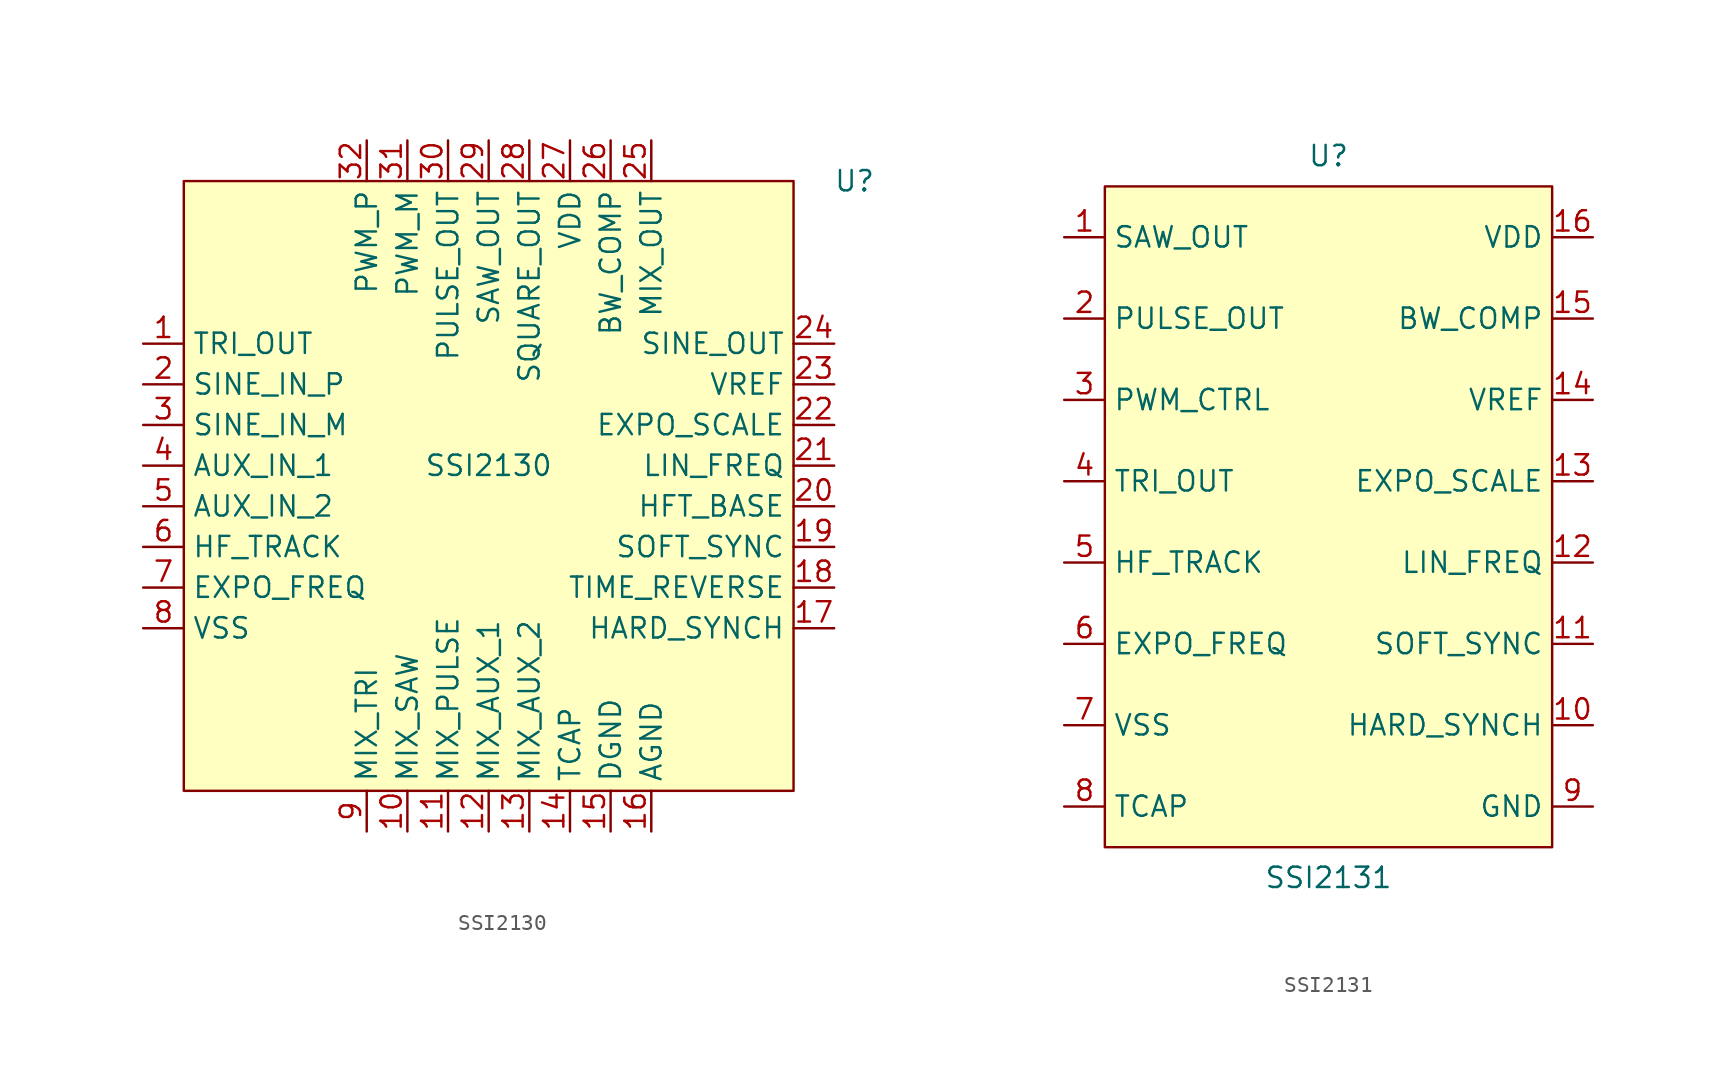
<source format=kicad_sym>
(kicad_symbol_lib
  (version 20211014)
  (generator kicad_symbol_editor)
  (symbol "SSI2130"
    (property "Reference" "U"
      (at 22.86 17.78 0)
      (effects (font (size 1.27 1.27))))
    (property "Value" "SSI2130"
      (at 0 0 0)
      (effects (font (size 1.27 1.27))))
    (symbol "SSI2130_0_0"
      (pin input line (at -5.08 -22.86 90) (length 2.54) (name "MIX_SAW" (effects (font (size 1.27 1.27)))) (number "10" (effects (font (size 1.27 1.27)))))
      (pin input line (at -2.54 -22.86 90) (length 2.54) (name "MIX_PULSE" (effects (font (size 1.27 1.27)))) (number "11" (effects (font (size 1.27 1.27)))))
      (pin input line (at 0 -22.86 90) (length 2.54) (name "MIX_AUX_1" (effects (font (size 1.27 1.27)))) (number "12" (effects (font (size 1.27 1.27)))))
      (pin input line (at 2.54 -22.86 90) (length 2.54) (name "MIX_AUX_2" (effects (font (size 1.27 1.27)))) (number "13" (effects (font (size 1.27 1.27)))))
      (pin input line (at 5.08 -22.86 90) (length 2.54) (name "TCAP" (effects (font (size 1.27 1.27)))) (number "14" (effects (font (size 1.27 1.27)))))
      (pin power_in line (at 7.62 -22.86 90) (length 2.54) (name "DGND" (effects (font (size 1.27 1.27)))) (number "15" (effects (font (size 1.27 1.27)))))
      (pin power_in line (at 10.16 -22.86 90) (length 2.54) (name "AGND" (effects (font (size 1.27 1.27)))) (number "16" (effects (font (size 1.27 1.27)))))
      (pin input line (at 21.59 -10.16 180) (length 2.54) (name "HARD_SYNCH" (effects (font (size 1.27 1.27)))) (number "17" (effects (font (size 1.27 1.27)))))
      (pin input line (at 21.59 -7.62 180) (length 2.54) (name "TIME_REVERSE" (effects (font (size 1.27 1.27)))) (number "18" (effects (font (size 1.27 1.27)))))
      (pin input line (at 21.59 -5.08 180) (length 2.54) (name "SOFT_SYNC" (effects (font (size 1.27 1.27)))) (number "19" (effects (font (size 1.27 1.27)))))
      (pin input line (at -21.59 5.08 0) (length 2.54) (name "SINE_IN_P" (effects (font (size 1.27 1.27)))) (number "2" (effects (font (size 1.27 1.27)))))
      (pin input line (at 21.59 -2.54 180) (length 2.54) (name "HFT_BASE" (effects (font (size 1.27 1.27)))) (number "20" (effects (font (size 1.27 1.27)))))
      (pin input line (at 21.59 0 180) (length 2.54) (name "LIN_FREQ" (effects (font (size 1.27 1.27)))) (number "21" (effects (font (size 1.27 1.27)))))
      (pin input line (at 21.59 2.54 180) (length 2.54) (name "EXPO_SCALE" (effects (font (size 1.27 1.27)))) (number "22" (effects (font (size 1.27 1.27)))))
      (pin power_in line (at 21.59 5.08 180) (length 2.54) (name "VREF" (effects (font (size 1.27 1.27)))) (number "23" (effects (font (size 1.27 1.27)))))
      (pin output line (at 21.59 7.62 180) (length 2.54) (name "SINE_OUT" (effects (font (size 1.27 1.27)))) (number "24" (effects (font (size 1.27 1.27)))))
      (pin output line (at 10.16 20.32 270) (length 2.54) (name "MIX_OUT" (effects (font (size 1.27 1.27)))) (number "25" (effects (font (size 1.27 1.27)))))
      (pin output line (at 7.62 20.32 270) (length 2.54) (name "BW_COMP" (effects (font (size 1.27 1.27)))) (number "26" (effects (font (size 1.27 1.27)))))
      (pin power_in line (at 5.08 20.32 270) (length 2.54) (name "VDD" (effects (font (size 1.27 1.27)))) (number "27" (effects (font (size 1.27 1.27)))))
      (pin output line (at 2.54 20.32 270) (length 2.54) (name "SQUARE_OUT" (effects (font (size 1.27 1.27)))) (number "28" (effects (font (size 1.27 1.27)))))
      (pin output line (at 0 20.32 270) (length 2.54) (name "SAW_OUT" (effects (font (size 1.27 1.27)))) (number "29" (effects (font (size 1.27 1.27)))))
      (pin input line (at -21.59 2.54 0) (length 2.54) (name "SINE_IN_M" (effects (font (size 1.27 1.27)))) (number "3" (effects (font (size 1.27 1.27)))))
      (pin output line (at -2.54 20.32 270) (length 2.54) (name "PULSE_OUT" (effects (font (size 1.27 1.27)))) (number "30" (effects (font (size 1.27 1.27)))))
      (pin input line (at -5.08 20.32 270) (length 2.54) (name "PWM_M" (effects (font (size 1.27 1.27)))) (number "31" (effects (font (size 1.27 1.27)))))
      (pin input line (at -7.62 20.32 270) (length 2.54) (name "PWM_P" (effects (font (size 1.27 1.27)))) (number "32" (effects (font (size 1.27 1.27)))))
      (pin input line (at -21.59 0 0) (length 2.54) (name "AUX_IN_1" (effects (font (size 1.27 1.27)))) (number "4" (effects (font (size 1.27 1.27)))))
      (pin input line (at -21.59 -2.54 0) (length 2.54) (name "AUX_IN_2" (effects (font (size 1.27 1.27)))) (number "5" (effects (font (size 1.27 1.27)))))
      (pin output line (at -21.59 -5.08 0) (length 2.54) (name "HF_TRACK" (effects (font (size 1.27 1.27)))) (number "6" (effects (font (size 1.27 1.27)))))
      (pin input line (at -21.59 -7.62 0) (length 2.54) (name "EXPO_FREQ" (effects (font (size 1.27 1.27)))) (number "7" (effects (font (size 1.27 1.27)))))
      (pin power_in line (at -21.59 -10.16 0) (length 2.54) (name "VSS" (effects (font (size 1.27 1.27)))) (number "8" (effects (font (size 1.27 1.27)))))
      (pin input line (at -7.62 -22.86 90) (length 2.54) (name "MIX_TRI" (effects (font (size 1.27 1.27)))) (number "9" (effects (font (size 1.27 1.27))))))
    (symbol "SSI2130_0_1"
      (rectangle (start -19.05 17.78) (end 19.05 -20.32) (stroke (width 0) (type default) (color 0 0 0 0)) (fill (type background))))
    (symbol "SSI2130_1_1"
      (pin output line (at -21.59 7.62 0) (length 2.54) (name "TRI_OUT" (effects (font (size 1.27 1.27)))) (number "1" (effects (font (size 1.27 1.27)))))))
  (symbol "SSI2131"
    (property "Reference" "U"
      (at 0 21.59 0)
      (effects (font (size 1.27 1.27))))
    (property "Value" "SSI2131"
      (at 0 -23.495 0)
      (effects (font (size 1.27 1.27))))
    (symbol "SSI2131_0_0"
      (pin output line (at -16.51 16.51 0) (length 2.54) (name "SAW_OUT" (effects (font (size 1.27 1.27)))) (number "1" (effects (font (size 1.27 1.27)))))
      (pin input line (at 16.51 -13.97 180) (length 2.54) (name "HARD_SYNCH" (effects (font (size 1.27 1.27)))) (number "10" (effects (font (size 1.27 1.27)))))
      (pin input line (at 16.51 -8.89 180) (length 2.54) (name "SOFT_SYNC" (effects (font (size 1.27 1.27)))) (number "11" (effects (font (size 1.27 1.27)))))
      (pin input line (at 16.51 -3.81 180) (length 2.54) (name "LIN_FREQ" (effects (font (size 1.27 1.27)))) (number "12" (effects (font (size 1.27 1.27)))))
      (pin input line (at 16.51 1.27 180) (length 2.54) (name "EXPO_SCALE" (effects (font (size 1.27 1.27)))) (number "13" (effects (font (size 1.27 1.27)))))
      (pin power_in line (at 16.51 6.35 180) (length 2.54) (name "VREF" (effects (font (size 1.27 1.27)))) (number "14" (effects (font (size 1.27 1.27)))))
      (pin output line (at 16.51 11.43 180) (length 2.54) (name "BW_COMP" (effects (font (size 1.27 1.27)))) (number "15" (effects (font (size 1.27 1.27)))))
      (pin power_in line (at 16.51 16.51 180) (length 2.54) (name "VDD" (effects (font (size 1.27 1.27)))) (number "16" (effects (font (size 1.27 1.27)))))
      (pin output line (at -16.51 11.43 0) (length 2.54) (name "PULSE_OUT" (effects (font (size 1.27 1.27)))) (number "2" (effects (font (size 1.27 1.27)))))
      (pin input line (at -16.51 6.35 0) (length 2.54) (name "PWM_CTRL" (effects (font (size 1.27 1.27)))) (number "3" (effects (font (size 1.27 1.27)))))
      (pin output line (at -16.51 -3.81 0) (length 2.54) (name "HF_TRACK" (effects (font (size 1.27 1.27)))) (number "5" (effects (font (size 1.27 1.27)))))
      (pin input line (at -16.51 -8.89 0) (length 2.54) (name "EXPO_FREQ" (effects (font (size 1.27 1.27)))) (number "6" (effects (font (size 1.27 1.27)))))
      (pin power_in line (at -16.51 -13.97 0) (length 2.54) (name "VSS" (effects (font (size 1.27 1.27)))) (number "7" (effects (font (size 1.27 1.27)))))
      (pin input line (at -16.51 -19.05 0) (length 2.54) (name "TCAP" (effects (font (size 1.27 1.27)))) (number "8" (effects (font (size 1.27 1.27)))))
      (pin power_in line (at 16.51 -19.05 180) (length 2.54) (name "GND" (effects (font (size 1.27 1.27)))) (number "9" (effects (font (size 1.27 1.27))))))
    (symbol "SSI2131_0_1"
      (rectangle (start -13.97 19.685) (end 13.97 -21.59) (stroke (width 0) (type default) (color 0 0 0 0)) (fill (type background))))
    (symbol "SSI2131_1_1"
      (pin output line (at -16.51 1.27 0) (length 2.54) (name "TRI_OUT" (effects (font (size 1.27 1.27)))) (number "4" (effects (font (size 1.27 1.27))))))))
</source>
